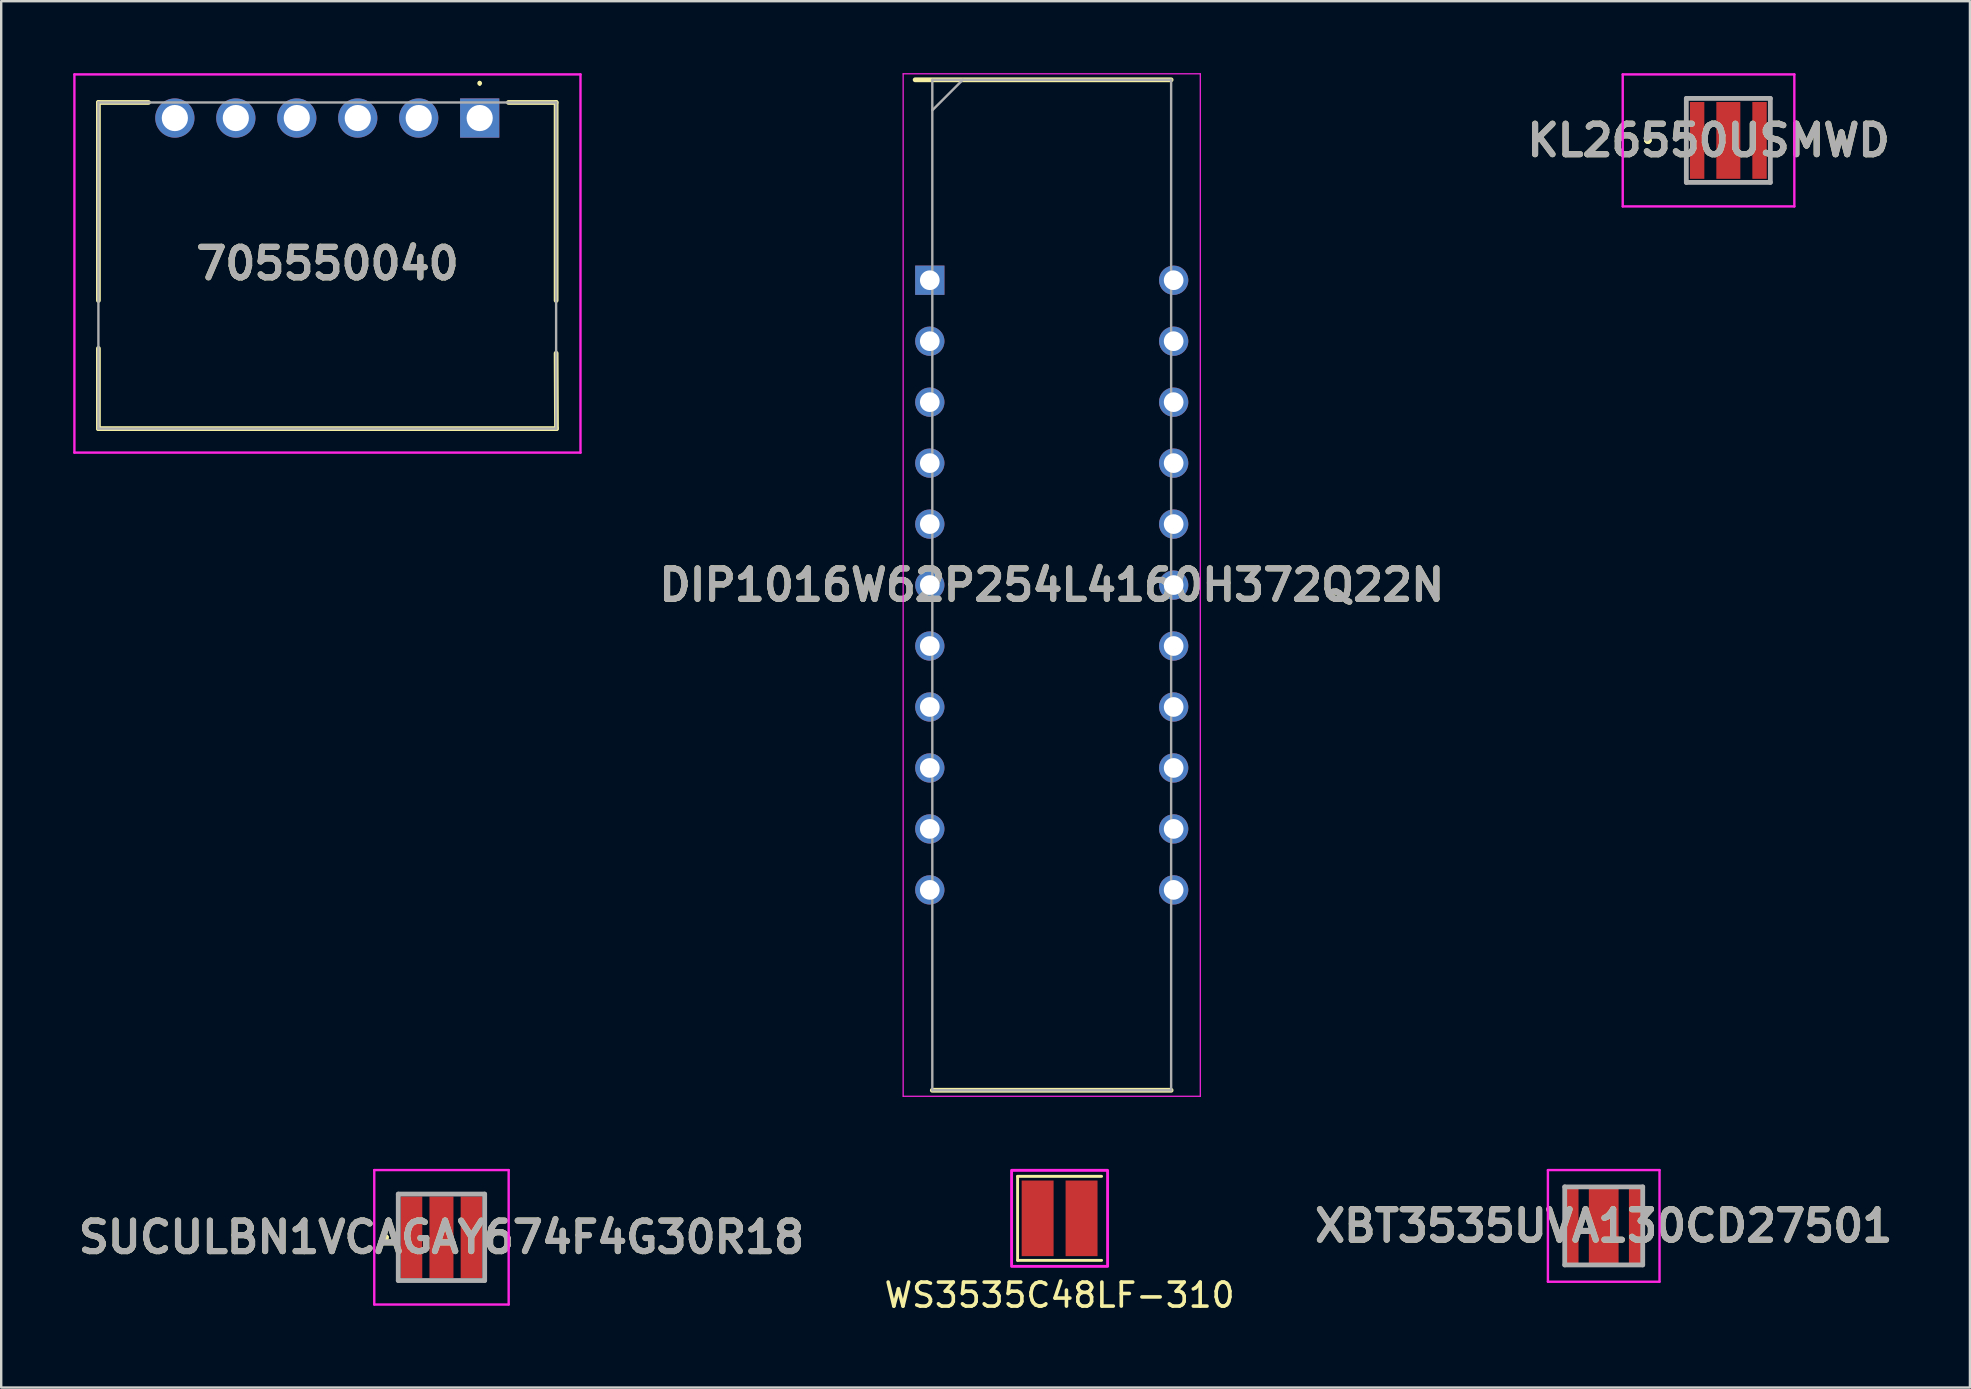
<source format=kicad_pcb>
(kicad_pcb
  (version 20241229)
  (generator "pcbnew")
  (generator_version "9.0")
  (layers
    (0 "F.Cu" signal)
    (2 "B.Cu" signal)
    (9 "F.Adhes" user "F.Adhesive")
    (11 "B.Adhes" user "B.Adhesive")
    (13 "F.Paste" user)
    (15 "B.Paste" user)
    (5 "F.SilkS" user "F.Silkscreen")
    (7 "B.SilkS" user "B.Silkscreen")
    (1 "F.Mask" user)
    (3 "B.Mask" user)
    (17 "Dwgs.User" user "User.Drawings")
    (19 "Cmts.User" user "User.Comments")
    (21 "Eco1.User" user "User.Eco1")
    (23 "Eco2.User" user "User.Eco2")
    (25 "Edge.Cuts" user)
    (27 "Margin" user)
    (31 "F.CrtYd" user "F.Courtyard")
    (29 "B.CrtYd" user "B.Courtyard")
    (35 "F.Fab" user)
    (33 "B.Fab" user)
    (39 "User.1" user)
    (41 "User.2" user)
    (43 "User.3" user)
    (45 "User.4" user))
  (footprint "SUCULBN1VCAGAY674F4G30R18"
    (layer "F.Cu")
    (at 15.343 48.5)
    (property "Reference" "SUCULBN1VCAGAY674F4G30R18" (at 0 0 0) (layer "F.SilkS") (effects (font (size 1.27 1.27) (thickness 0.254))))
    (attr smd)
    (fp_line (start -2.4 0) (end -2.4 0) (stroke (width 0.2) (type solid)) (layer "F.SilkS"))
    (fp_line (start -2.4 0) (end -2.4 0) (stroke (width 0.2) (type solid)) (layer "F.SilkS"))
    (fp_line (start -2.3 0) (end -2.3 0) (stroke (width 0.2) (type solid)) (layer "F.SilkS"))
    (fp_arc (start -2.4 0) (mid -2.35 -0.05) (end -2.3 0) (stroke (width 0.2) (type solid)) (layer "F.SilkS"))
    (fp_arc (start -2.3 0) (mid -2.35 0.05) (end -2.4 0) (stroke (width 0.2) (type solid)) (layer "F.SilkS"))
    (fp_arc (start -2.3 0) (mid -2.35 0.05) (end -2.4 0) (stroke (width 0.2) (type solid)) (layer "F.SilkS"))
    (fp_line (start -2.8 -2.8) (end -2.8 2.8) (stroke (width 0.1) (type solid)) (layer "F.CrtYd"))
    (fp_line (start -2.8 2.8) (end 2.8 2.8) (stroke (width 0.1) (type solid)) (layer "F.CrtYd"))
    (fp_line (start 2.8 -2.8) (end -2.8 -2.8) (stroke (width 0.1) (type solid)) (layer "F.CrtYd"))
    (fp_line (start 2.8 2.8) (end 2.8 -2.8) (stroke (width 0.1) (type solid)) (layer "F.CrtYd"))
    (fp_line (start -1.8 -1.8) (end 1.8 -1.8) (stroke (width 0.2) (type solid)) (layer "F.Fab"))
    (fp_line (start -1.8 1.8) (end -1.8 -1.8) (stroke (width 0.2) (type solid)) (layer "F.Fab"))
    (fp_line (start 1.8 -1.8) (end 1.8 1.8) (stroke (width 0.2) (type solid)) (layer "F.Fab"))
    (fp_line (start 1.8 1.8) (end -1.8 1.8) (stroke (width 0.2) (type solid)) (layer "F.Fab"))
    (fp_text user "${REFERENCE}" (at 0 0 0) (layer "F.Fab") (effects (font (size 1.27 1.27) (thickness 0.254))))
    (pad "1" smd rect (at -1.25 0) (size 0.9 3.4) (layers "F.Cu" "F.Mask" "F.Paste"))
    (pad "2" smd rect (at 1.25 0) (size 0.9 3.4) (layers "F.Cu" "F.Mask" "F.Paste"))
    (pad "3" smd rect (at 0 0) (size 1 3.4) (layers "F.Cu" "F.Mask" "F.Paste")))
  (footprint "KL26550USMWD"
    (layer "F.Cu")
    (at 68.958 2.8)
    (property "Reference" "KL26550USMWD" (at -0.825 0 0) (layer "F.SilkS") (effects (font (size 1.27 1.27) (thickness 0.254))))
    (attr smd)
    (fp_line (start -3.4 0) (end -3.4 0) (stroke (width 0.2) (type solid)) (layer "F.SilkS"))
    (fp_line (start -3.4 0) (end -3.4 0) (stroke (width 0.2) (type solid)) (layer "F.SilkS"))
    (fp_line (start -3.3 0) (end -3.3 0) (stroke (width 0.2) (type solid)) (layer "F.SilkS"))
    (fp_arc (start -3.4 0) (mid -3.35 -0.05) (end -3.3 0) (stroke (width 0.2) (type solid)) (layer "F.SilkS"))
    (fp_arc (start -3.3 0) (mid -3.35 0.05) (end -3.4 0) (stroke (width 0.2) (type solid)) (layer "F.SilkS"))
    (fp_arc (start -3.3 0) (mid -3.35 0.05) (end -3.4 0) (stroke (width 0.2) (type solid)) (layer "F.SilkS"))
    (fp_line (start -4.4 -2.75) (end 2.75 -2.75) (stroke (width 0.1) (type solid)) (layer "F.CrtYd"))
    (fp_line (start -4.4 2.75) (end -4.4 -2.75) (stroke (width 0.1) (type solid)) (layer "F.CrtYd"))
    (fp_line (start 2.75 -2.75) (end 2.75 2.75) (stroke (width 0.1) (type solid)) (layer "F.CrtYd"))
    (fp_line (start 2.75 2.75) (end -4.4 2.75) (stroke (width 0.1) (type solid)) (layer "F.CrtYd"))
    (fp_line (start -1.75 -1.75) (end -1.75 1.75) (stroke (width 0.2) (type solid)) (layer "F.Fab"))
    (fp_line (start -1.75 1.75) (end 1.75 1.75) (stroke (width 0.2) (type solid)) (layer "F.Fab"))
    (fp_line (start 1.75 -1.75) (end -1.75 -1.75) (stroke (width 0.2) (type solid)) (layer "F.Fab"))
    (fp_line (start 1.75 1.75) (end 1.75 -1.75) (stroke (width 0.2) (type solid)) (layer "F.Fab"))
    (fp_text user "${REFERENCE}" (at -0.825 0 0) (layer "F.Fab") (effects (font (size 1.27 1.27) (thickness 0.254))))
    (pad "1" smd rect (at -1.3 0) (size 0.6 3.2) (layers "F.Cu" "F.Mask" "F.Paste"))
    (pad "2" smd rect (at 1.3 0) (size 0.6 3.2) (layers "F.Cu" "F.Mask" "F.Paste"))
    (pad "3" smd rect (at 0 0) (size 1 3.2) (layers "F.Cu" "F.Mask" "F.Paste")))
  (footprint "705550040"
    (layer "F.Cu")
    (at 16.935 1.868)
    (property "Reference" "705550040" (at -6.342 6.061 0) (layer "F.SilkS") (effects (font (size 1.27 1.27) (thickness 0.254))))
    (attr through_hole)
    (fp_line (start -15.885 -0.65) (end -15.885 7.6) (stroke (width 0.2) (type solid)) (layer "F.SilkS"))
    (fp_line (start -15.885 9.6) (end -15.885 12.94) (stroke (width 0.2) (type solid)) (layer "F.SilkS"))
    (fp_line (start -15.885 12.94) (end 3.2 12.94) (stroke (width 0.2) (type solid)) (layer "F.SilkS"))
    (fp_line (start -13.8 -0.65) (end -15.885 -0.65) (stroke (width 0.2) (type solid)) (layer "F.SilkS"))
    (fp_line (start 0 -1.5) (end 0 -1.5) (stroke (width 0.1) (type solid)) (layer "F.SilkS"))
    (fp_line (start 0 -1.4) (end 0 -1.4) (stroke (width 0.1) (type solid)) (layer "F.SilkS"))
    (fp_line (start 3.185 -0.65) (end 1.2 -0.65) (stroke (width 0.2) (type solid)) (layer "F.SilkS"))
    (fp_line (start 3.185 7.6) (end 3.185 -0.65) (stroke (width 0.2) (type solid)) (layer "F.SilkS"))
    (fp_line (start 3.2 12.94) (end 3.185 9.8) (stroke (width 0.2) (type solid)) (layer "F.SilkS"))
    (fp_arc (start 0 -1.5) (mid 0.05 -1.45) (end 0 -1.4) (stroke (width 0.1) (type solid)) (layer "F.SilkS"))
    (fp_arc (start 0 -1.4) (mid -0.05 -1.45) (end 0 -1.5) (stroke (width 0.1) (type solid)) (layer "F.SilkS"))
    (fp_line (start -16.885 -1.818) (end 4.2 -1.818) (stroke (width 0.1) (type solid)) (layer "F.CrtYd"))
    (fp_line (start -16.885 13.94) (end -16.885 -1.818) (stroke (width 0.1) (type solid)) (layer "F.CrtYd"))
    (fp_line (start 4.2 -1.818) (end 4.2 13.94) (stroke (width 0.1) (type solid)) (layer "F.CrtYd"))
    (fp_line (start 4.2 13.94) (end -16.885 13.94) (stroke (width 0.1) (type solid)) (layer "F.CrtYd"))
    (fp_line (start -15.885 -0.65) (end -15.885 12.94) (stroke (width 0.1) (type solid)) (layer "F.Fab"))
    (fp_line (start -15.885 12.94) (end 3.185 12.94) (stroke (width 0.1) (type solid)) (layer "F.Fab"))
    (fp_line (start 3.185 -0.65) (end -15.885 -0.65) (stroke (width 0.1) (type solid)) (layer "F.Fab"))
    (fp_line (start 3.185 12.94) (end 3.185 -0.65) (stroke (width 0.1) (type solid)) (layer "F.Fab"))
    (fp_text user "${REFERENCE}" (at -6.342 6.061 0) (layer "F.Fab") (effects (font (size 1.27 1.27) (thickness 0.254))))
    (pad "" np_thru_hole circle (at -14.1 8.64) (size 0.001 0.001) (drill 3.4) (layers "*.Cu" "*.Mask"))
    (pad "" np_thru_hole circle (at 1.4 8.64) (size 0.001 0.001) (drill 3.4) (layers "*.Cu" "*.Mask"))
    (pad "1" thru_hole rect (at 0 0) (size 1.635 1.635) (drill 1.09) (layers "*.Cu" "*.Mask"))
    (pad "2" thru_hole circle (at -2.54 0) (size 1.635 1.635) (drill 1.09) (layers "*.Cu" "*.Mask"))
    (pad "3" thru_hole circle (at -5.08 0) (size 1.635 1.635) (drill 1.09) (layers "*.Cu" "*.Mask"))
    (pad "4" thru_hole circle (at -7.62 0) (size 1.635 1.635) (drill 1.09) (layers "*.Cu" "*.Mask"))
    (pad "5" thru_hole circle (at -10.16 0) (size 1.635 1.635) (drill 1.09) (layers "*.Cu" "*.Mask"))
    (pad "6" thru_hole circle (at -12.7 0) (size 1.635 1.635) (drill 1.09) (layers "*.Cu" "*.Mask")))
  (footprint "XBT3535UVA130CD27501"
    (layer "F.Cu")
    (at 64.816 48.025)
    (property "Reference" "XBT3535UVA130CD27501" (at -1.05 0 0) (layer "F.SilkS") (effects (font (size 1.27 1.27) (thickness 0.254))))
    (attr smd)
    (fp_line (start -3.1 0) (end -3.1 0) (stroke (width 0.1) (type solid)) (layer "F.SilkS"))
    (fp_line (start -3 0) (end -3 0) (stroke (width 0.1) (type solid)) (layer "F.SilkS"))
    (fp_arc (start -3.1 0) (mid -3.05 -0.05) (end -3 0) (stroke (width 0.1) (type solid)) (layer "F.SilkS"))
    (fp_arc (start -3 0) (mid -3.05 0.05) (end -3.1 0) (stroke (width 0.1) (type solid)) (layer "F.SilkS"))
    (fp_line (start -3.375 -2.325) (end 1.275 -2.325) (stroke (width 0.1) (type solid)) (layer "F.CrtYd"))
    (fp_line (start -3.375 2.325) (end -3.375 -2.325) (stroke (width 0.1) (type solid)) (layer "F.CrtYd"))
    (fp_line (start 1.275 -2.325) (end 1.275 2.325) (stroke (width 0.1) (type solid)) (layer "F.CrtYd"))
    (fp_line (start 1.275 2.325) (end -3.375 2.325) (stroke (width 0.1) (type solid)) (layer "F.CrtYd"))
    (fp_line (start -2.675 -1.625) (end 0.575 -1.625) (stroke (width 0.2) (type solid)) (layer "F.Fab"))
    (fp_line (start -2.675 1.625) (end -2.675 -1.625) (stroke (width 0.2) (type solid)) (layer "F.Fab"))
    (fp_line (start 0.575 -1.625) (end 0.575 1.625) (stroke (width 0.2) (type solid)) (layer "F.Fab"))
    (fp_line (start 0.575 1.625) (end -2.675 1.625) (stroke (width 0.2) (type solid)) (layer "F.Fab"))
    (fp_text user "${REFERENCE}" (at -1.05 0 0) (layer "F.Fab") (effects (font (size 1.27 1.27) (thickness 0.254))))
    (pad "1" smd rect (at -2.35 0) (size 0.5 3.15) (layers "F.Cu" "F.Mask" "F.Paste"))
    (pad "2" smd rect (at 0.25 0) (size 0.5 3.16) (layers "F.Cu" "F.Mask" "F.Paste"))
    (pad "3" smd rect (at -1.05 0) (size 1.24 3.15) (layers "F.Cu" "F.Mask" "F.Paste")))
  (footprint "WS3535C48LF-310"
    (layer "F.Cu")
    (at 41.096 47.71)
    (property "Reference" "WS3535C48LF-310" (at 0 3.2 0) (unlocked yes) (layer "F.SilkS") (effects (font (size 1 1) (thickness 0.15))))
    (attr smd)
    (fp_line (start -1.75 -1.75) (end -1.75 1.75) (stroke (width 0.12) (type solid)) (layer "F.SilkS"))
    (fp_line (start -1.75 1.75) (end 1.75 1.75) (stroke (width 0.12) (type solid)) (layer "F.SilkS"))
    (fp_line (start 1.75 -1.75) (end -1.75 -1.75) (stroke (width 0.12) (type solid)) (layer "F.SilkS"))
    (fp_rect (start -2 -2) (end 2 2) (stroke (width 0.12) (type solid)) (fill no) (layer "F.CrtYd"))
    (pad "1" smd rect (at -0.915 0) (size 1.33 3.15) (layers "*.Paste" "F.Cu" "F.Mask"))
    (pad "2" smd rect (at 0.915 0) (size 1.33 3.15) (layers "F.Cu" "F.Mask" "F.Paste")))
  (footprint "DIP1016W62P254L4160H372Q22N"
    (layer "F.Cu")
    (at 40.768 21.325)
    (property "Reference" "DIP1016W62P254L4160H372Q22N" (at 0 0 0) (layer "F.SilkS") (effects (font (size 1.27 1.27) (thickness 0.254))))
    (attr through_hole)
    (fp_line (start -5.69 -21.05) (end 4.975 -21.05) (stroke (width 0.2) (type solid)) (layer "F.SilkS"))
    (fp_line (start -4.975 21.05) (end 4.975 21.05) (stroke (width 0.2) (type solid)) (layer "F.SilkS"))
    (fp_line (start -6.19 -21.3) (end 6.19 -21.3) (stroke (width 0.05) (type solid)) (layer "F.CrtYd"))
    (fp_line (start -6.19 21.3) (end -6.19 -21.3) (stroke (width 0.05) (type solid)) (layer "F.CrtYd"))
    (fp_line (start 6.19 -21.3) (end 6.19 21.3) (stroke (width 0.05) (type solid)) (layer "F.CrtYd"))
    (fp_line (start 6.19 21.3) (end -6.19 21.3) (stroke (width 0.05) (type solid)) (layer "F.CrtYd"))
    (fp_line (start -4.975 -21.05) (end 4.975 -21.05) (stroke (width 0.1) (type solid)) (layer "F.Fab"))
    (fp_line (start -4.975 -19.78) (end -3.705 -21.05) (stroke (width 0.1) (type solid)) (layer "F.Fab"))
    (fp_line (start -4.975 21.05) (end -4.975 -21.05) (stroke (width 0.1) (type solid)) (layer "F.Fab"))
    (fp_line (start 4.975 -21.05) (end 4.975 21.05) (stroke (width 0.1) (type solid)) (layer "F.Fab"))
    (fp_line (start 4.975 21.05) (end -4.975 21.05) (stroke (width 0.1) (type solid)) (layer "F.Fab"))
    (fp_text user "${REFERENCE}" (at 0 0 0) (layer "F.Fab") (effects (font (size 1.27 1.27) (thickness 0.254))))
    (pad "1" thru_hole rect (at -5.08 -12.7) (size 1.22 1.22) (drill 0.82) (layers "*.Cu" "*.Mask"))
    (pad "2" thru_hole circle (at -5.08 -10.16) (size 1.22 1.22) (drill 0.82) (layers "*.Cu" "*.Mask"))
    (pad "3" thru_hole circle (at -5.08 -7.62) (size 1.22 1.22) (drill 0.82) (layers "*.Cu" "*.Mask"))
    (pad "4" thru_hole circle (at -5.08 -5.08) (size 1.22 1.22) (drill 0.82) (layers "*.Cu" "*.Mask"))
    (pad "5" thru_hole circle (at -5.08 -2.54) (size 1.22 1.22) (drill 0.82) (layers "*.Cu" "*.Mask"))
    (pad "6" thru_hole circle (at -5.08 0) (size 1.22 1.22) (drill 0.82) (layers "*.Cu" "*.Mask"))
    (pad "7" thru_hole circle (at -5.08 2.54) (size 1.22 1.22) (drill 0.82) (layers "*.Cu" "*.Mask"))
    (pad "8" thru_hole circle (at -5.08 5.08) (size 1.22 1.22) (drill 0.82) (layers "*.Cu" "*.Mask"))
    (pad "9" thru_hole circle (at -5.08 7.62) (size 1.22 1.22) (drill 0.82) (layers "*.Cu" "*.Mask"))
    (pad "10" thru_hole circle (at -5.08 10.16) (size 1.22 1.22) (drill 0.82) (layers "*.Cu" "*.Mask"))
    (pad "11" thru_hole circle (at -5.08 12.7) (size 1.22 1.22) (drill 0.82) (layers "*.Cu" "*.Mask"))
    (pad "12" thru_hole circle (at 5.08 12.7) (size 1.22 1.22) (drill 0.82) (layers "*.Cu" "*.Mask"))
    (pad "13" thru_hole circle (at 5.08 10.16) (size 1.22 1.22) (drill 0.82) (layers "*.Cu" "*.Mask"))
    (pad "14" thru_hole circle (at 5.08 7.62) (size 1.22 1.22) (drill 0.82) (layers "*.Cu" "*.Mask"))
    (pad "15" thru_hole circle (at 5.08 5.08) (size 1.22 1.22) (drill 0.82) (layers "*.Cu" "*.Mask"))
    (pad "16" thru_hole circle (at 5.08 2.54) (size 1.22 1.22) (drill 0.82) (layers "*.Cu" "*.Mask"))
    (pad "17" thru_hole circle (at 5.08 0) (size 1.22 1.22) (drill 0.82) (layers "*.Cu" "*.Mask"))
    (pad "18" thru_hole circle (at 5.08 -2.54) (size 1.22 1.22) (drill 0.82) (layers "*.Cu" "*.Mask"))
    (pad "19" thru_hole circle (at 5.08 -5.08) (size 1.22 1.22) (drill 0.82) (layers "*.Cu" "*.Mask"))
    (pad "20" thru_hole circle (at 5.08 -7.62) (size 1.22 1.22) (drill 0.82) (layers "*.Cu" "*.Mask"))
    (pad "21" thru_hole circle (at 5.08 -10.16) (size 1.22 1.22) (drill 0.82) (layers "*.Cu" "*.Mask"))
    (pad "22" thru_hole circle (at 5.08 -12.7) (size 1.22 1.22) (drill 0.82) (layers "*.Cu" "*.Mask")))
  (gr_rect
    (start -3 -3)
    (end 79.024 54.758)
    (stroke (width 0.1) (type default))
    (fill no)
    (layer "Edge.Cuts")))
</source>
